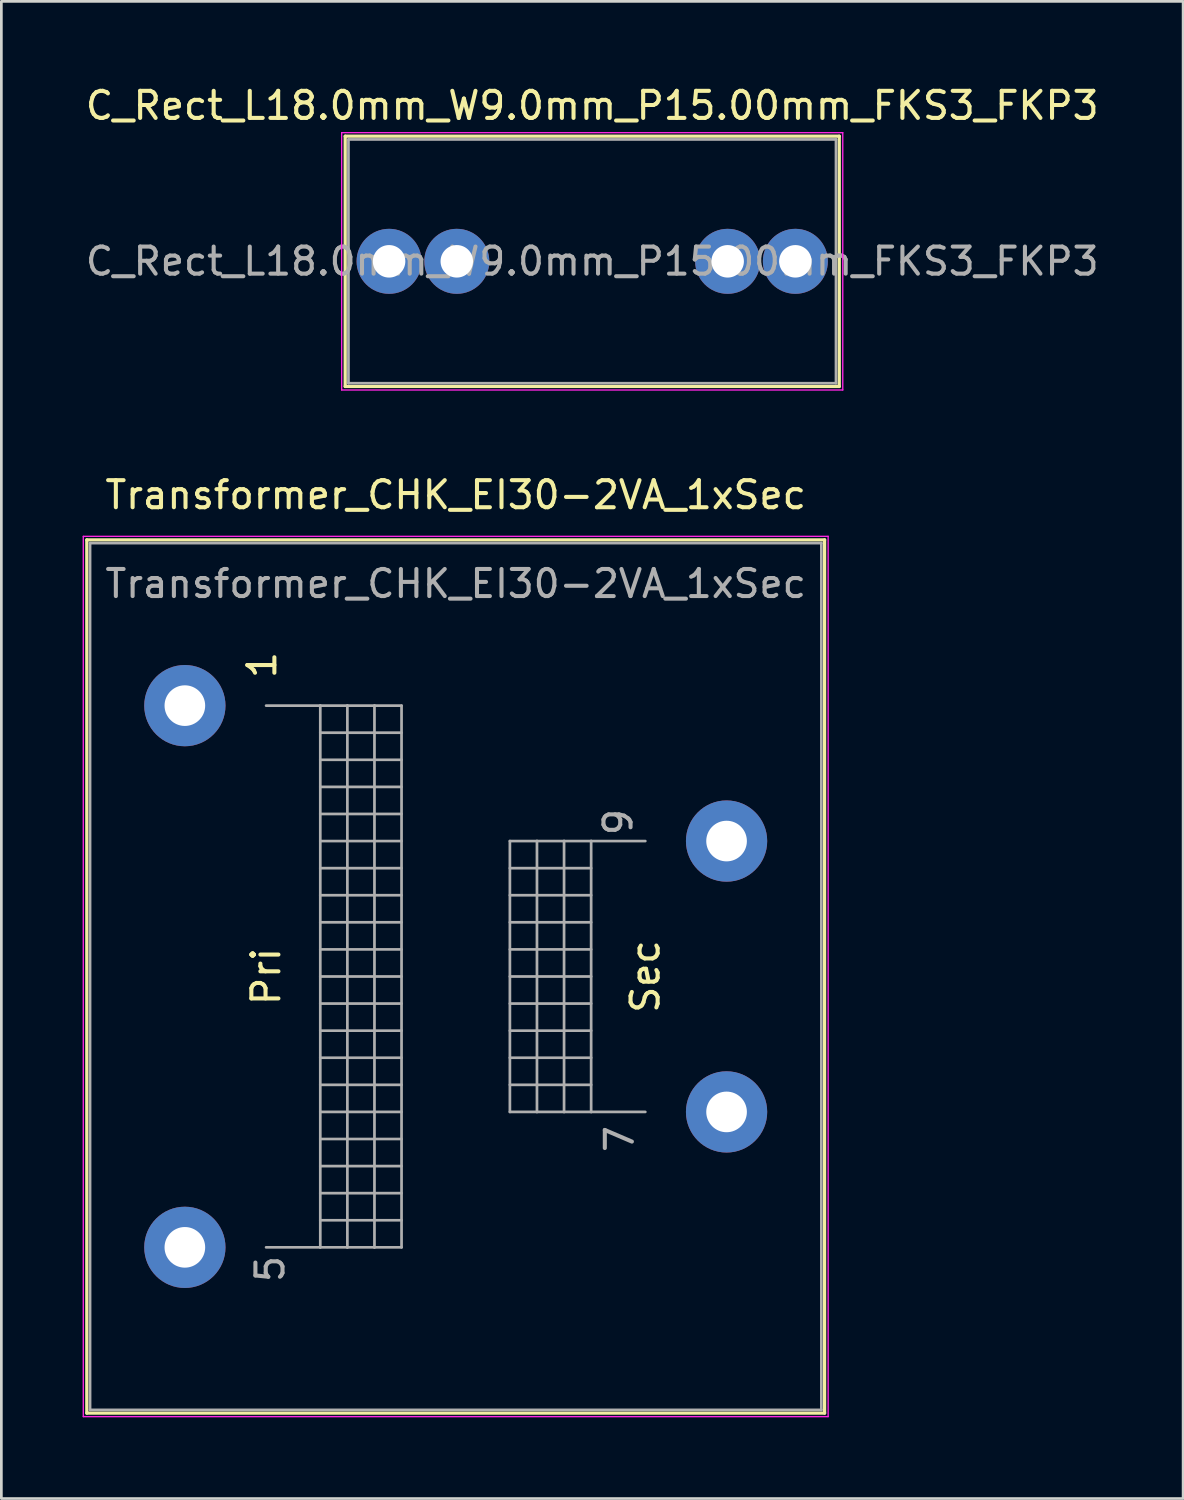
<source format=kicad_pcb>
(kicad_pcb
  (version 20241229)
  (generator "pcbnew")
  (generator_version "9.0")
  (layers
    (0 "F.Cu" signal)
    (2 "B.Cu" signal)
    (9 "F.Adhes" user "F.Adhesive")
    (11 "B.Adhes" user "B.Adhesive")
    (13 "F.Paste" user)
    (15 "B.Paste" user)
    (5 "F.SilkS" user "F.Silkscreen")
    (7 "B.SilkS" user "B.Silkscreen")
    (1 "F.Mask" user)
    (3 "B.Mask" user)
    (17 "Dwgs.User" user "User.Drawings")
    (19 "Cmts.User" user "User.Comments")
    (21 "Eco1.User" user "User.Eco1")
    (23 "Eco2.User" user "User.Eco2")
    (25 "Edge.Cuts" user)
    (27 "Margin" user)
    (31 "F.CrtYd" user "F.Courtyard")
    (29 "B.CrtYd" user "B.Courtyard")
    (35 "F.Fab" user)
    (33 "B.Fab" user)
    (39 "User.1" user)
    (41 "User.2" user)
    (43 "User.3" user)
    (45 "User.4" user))
  (footprint "Transformer_CHK_EI30-2VA_1xSec"
    (layer "F.Cu")
    (at 3.775 43.002)
    (property "Reference" "Transformer_CHK_EI30-2VA_1xSec" (at 10 -27.78 0) (layer "F.SilkS") (effects (font (size 1 1) (thickness 0.15))))
    (attr through_hole)
    (fp_line (start -3.62 -26.12) (end -3.62 6.12) (stroke (width 0.12) (type solid)) (layer "F.SilkS"))
    (fp_line (start -3.62 -26.12) (end 23.62 -26.12) (stroke (width 0.12) (type solid)) (layer "F.SilkS"))
    (fp_line (start 23.62 6.12) (end -3.62 6.12) (stroke (width 0.12) (type solid)) (layer "F.SilkS"))
    (fp_line (start 23.62 6.12) (end 23.62 -26.12) (stroke (width 0.12) (type solid)) (layer "F.SilkS"))
    (fp_line (start -3.75 -26.25) (end -3.75 6.25) (stroke (width 0.05) (type solid)) (layer "F.CrtYd"))
    (fp_line (start -3.75 -26.25) (end 23.75 -26.25) (stroke (width 0.05) (type solid)) (layer "F.CrtYd"))
    (fp_line (start 23.75 6.25) (end -3.75 6.25) (stroke (width 0.05) (type solid)) (layer "F.CrtYd"))
    (fp_line (start 23.75 6.25) (end 23.75 -26.25) (stroke (width 0.05) (type solid)) (layer "F.CrtYd"))
    (fp_line (start -3.5 -26) (end -3.5 6) (stroke (width 0.1) (type solid)) (layer "F.Fab"))
    (fp_line (start -3.5 6) (end 23.5 6) (stroke (width 0.1) (type solid)) (layer "F.Fab"))
    (fp_line (start 3 -20) (end 5 -20) (stroke (width 0.1) (type solid)) (layer "F.Fab"))
    (fp_line (start 5 -20) (end 5 0) (stroke (width 0.1) (type solid)) (layer "F.Fab"))
    (fp_line (start 5 -20) (end 6 -20) (stroke (width 0.1) (type solid)) (layer "F.Fab"))
    (fp_line (start 5 -19) (end 8 -19) (stroke (width 0.1) (type solid)) (layer "F.Fab"))
    (fp_line (start 5 -17) (end 8 -17) (stroke (width 0.1) (type solid)) (layer "F.Fab"))
    (fp_line (start 5 -15) (end 8 -15) (stroke (width 0.1) (type solid)) (layer "F.Fab"))
    (fp_line (start 5 -13) (end 8 -13) (stroke (width 0.1) (type solid)) (layer "F.Fab"))
    (fp_line (start 5 -11) (end 8 -11) (stroke (width 0.1) (type solid)) (layer "F.Fab"))
    (fp_line (start 5 -9) (end 8 -9) (stroke (width 0.1) (type solid)) (layer "F.Fab"))
    (fp_line (start 5 -7) (end 8 -7) (stroke (width 0.1) (type solid)) (layer "F.Fab"))
    (fp_line (start 5 -5) (end 8 -5) (stroke (width 0.1) (type solid)) (layer "F.Fab"))
    (fp_line (start 5 -3) (end 8 -3) (stroke (width 0.1) (type solid)) (layer "F.Fab"))
    (fp_line (start 5 -1) (end 8 -1) (stroke (width 0.1) (type solid)) (layer "F.Fab"))
    (fp_line (start 5 0) (end 3 0) (stroke (width 0.1) (type solid)) (layer "F.Fab"))
    (fp_line (start 6 -20) (end 6 0) (stroke (width 0.1) (type solid)) (layer "F.Fab"))
    (fp_line (start 6 -20) (end 7 -20) (stroke (width 0.1) (type solid)) (layer "F.Fab"))
    (fp_line (start 6 0) (end 5 0) (stroke (width 0.1) (type solid)) (layer "F.Fab"))
    (fp_line (start 7 -20) (end 7 0) (stroke (width 0.1) (type solid)) (layer "F.Fab"))
    (fp_line (start 7 -20) (end 8 -20) (stroke (width 0.1) (type solid)) (layer "F.Fab"))
    (fp_line (start 7 0) (end 6 0) (stroke (width 0.1) (type solid)) (layer "F.Fab"))
    (fp_line (start 8 -20) (end 8 0) (stroke (width 0.1) (type solid)) (layer "F.Fab"))
    (fp_line (start 8 -18) (end 5 -18) (stroke (width 0.1) (type solid)) (layer "F.Fab"))
    (fp_line (start 8 -16) (end 5 -16) (stroke (width 0.1) (type solid)) (layer "F.Fab"))
    (fp_line (start 8 -14) (end 5 -14) (stroke (width 0.1) (type solid)) (layer "F.Fab"))
    (fp_line (start 8 -12) (end 5 -12) (stroke (width 0.1) (type solid)) (layer "F.Fab"))
    (fp_line (start 8 -10) (end 5 -10) (stroke (width 0.1) (type solid)) (layer "F.Fab"))
    (fp_line (start 8 -8) (end 5 -8) (stroke (width 0.1) (type solid)) (layer "F.Fab"))
    (fp_line (start 8 -6) (end 5 -6) (stroke (width 0.1) (type solid)) (layer "F.Fab"))
    (fp_line (start 8 -4) (end 5 -4) (stroke (width 0.1) (type solid)) (layer "F.Fab"))
    (fp_line (start 8 -2) (end 5 -2) (stroke (width 0.1) (type solid)) (layer "F.Fab"))
    (fp_line (start 8 0) (end 7 0) (stroke (width 0.1) (type solid)) (layer "F.Fab"))
    (fp_line (start 12 -15) (end 12 -5) (stroke (width 0.1) (type solid)) (layer "F.Fab"))
    (fp_line (start 12 -14) (end 15 -14) (stroke (width 0.1) (type solid)) (layer "F.Fab"))
    (fp_line (start 12 -12) (end 15 -12) (stroke (width 0.1) (type solid)) (layer "F.Fab"))
    (fp_line (start 12 -10) (end 15 -10) (stroke (width 0.1) (type solid)) (layer "F.Fab"))
    (fp_line (start 12 -8) (end 15 -8) (stroke (width 0.1) (type solid)) (layer "F.Fab"))
    (fp_line (start 12 -6) (end 15 -6) (stroke (width 0.1) (type solid)) (layer "F.Fab"))
    (fp_line (start 12 -5) (end 13 -5) (stroke (width 0.1) (type solid)) (layer "F.Fab"))
    (fp_line (start 13 -15) (end 12 -15) (stroke (width 0.1) (type solid)) (layer "F.Fab"))
    (fp_line (start 13 -15) (end 13 -5) (stroke (width 0.1) (type solid)) (layer "F.Fab"))
    (fp_line (start 13 -5) (end 14 -5) (stroke (width 0.1) (type solid)) (layer "F.Fab"))
    (fp_line (start 14 -15) (end 13 -15) (stroke (width 0.1) (type solid)) (layer "F.Fab"))
    (fp_line (start 14 -15) (end 14 -5) (stroke (width 0.1) (type solid)) (layer "F.Fab"))
    (fp_line (start 14 -5) (end 15 -5) (stroke (width 0.1) (type solid)) (layer "F.Fab"))
    (fp_line (start 15 -15) (end 14 -15) (stroke (width 0.1) (type solid)) (layer "F.Fab"))
    (fp_line (start 15 -15) (end 15 -5) (stroke (width 0.1) (type solid)) (layer "F.Fab"))
    (fp_line (start 15 -13) (end 12 -13) (stroke (width 0.1) (type solid)) (layer "F.Fab"))
    (fp_line (start 15 -11) (end 12 -11) (stroke (width 0.1) (type solid)) (layer "F.Fab"))
    (fp_line (start 15 -9) (end 12 -9) (stroke (width 0.1) (type solid)) (layer "F.Fab"))
    (fp_line (start 15 -7) (end 12 -7) (stroke (width 0.1) (type solid)) (layer "F.Fab"))
    (fp_line (start 15 -5) (end 17 -5) (stroke (width 0.1) (type solid)) (layer "F.Fab"))
    (fp_line (start 17 -15) (end 15 -15) (stroke (width 0.1) (type solid)) (layer "F.Fab"))
    (fp_line (start 23.5 -26) (end -3.5 -26) (stroke (width 0.1) (type solid)) (layer "F.Fab"))
    (fp_line (start 23.5 6) (end 23.5 -26) (stroke (width 0.1) (type solid)) (layer "F.Fab"))
    (fp_text user "1" (at 2.85 -21.5 90) (layer "F.SilkS") (effects (font (size 1 1) (thickness 0.15))))
    (fp_text user "Sec" (at 17 -10 90) (layer "F.SilkS") (effects (font (size 1 1) (thickness 0.15))))
    (fp_text user "Pri" (at 3 -10 90) (layer "F.SilkS") (effects (font (size 1 1) (thickness 0.15))))
    (fp_text user "9" (at 16 -15.7 90) (layer "F.Fab") (effects (font (size 1 1) (thickness 0.15))))
    (fp_text user "${REFERENCE}" (at 10 -24.5 0) (layer "F.Fab") (effects (font (size 1 1) (thickness 0.15))))
    (fp_text user "5" (at 3.15 0.8 90) (layer "F.Fab") (effects (font (size 1 1) (thickness 0.15))))
    (fp_text user "7" (at 16.05 -4 90) (layer "F.Fab") (effects (font (size 1 1) (thickness 0.15))))
    (pad "1" thru_hole circle (at 0 -20) (size 3 3) (drill 1.5) (layers "*.Cu" "*.Mask"))
    (pad "5" thru_hole circle (at 0 0) (size 3 3) (drill 1.5) (layers "*.Cu" "*.Mask"))
    (pad "7" thru_hole circle (at 20 -5) (size 3 3) (drill 1.5) (layers "*.Cu" "*.Mask"))
    (pad "9" thru_hole circle (at 20 -15) (size 3 3) (drill 1.5) (layers "*.Cu" "*.Mask")))
  (footprint "C_Rect_L18.0mm_W9.0mm_P15.00mm_FKS3_FKP3"
    (layer "F.Cu")
    (at 11.315 6.598)
    (property "Reference" "C_Rect_L18.0mm_W9.0mm_P15.00mm_FKS3_FKP3" (at 7.5 -5.75 0) (layer "F.SilkS") (effects (font (size 1 1) (thickness 0.15))))
    (attr through_hole)
    (fp_line (start -1.62 -4.62) (end -1.62 4.62) (stroke (width 0.12) (type solid)) (layer "F.SilkS"))
    (fp_line (start -1.62 -4.62) (end 16.62 -4.62) (stroke (width 0.12) (type solid)) (layer "F.SilkS"))
    (fp_line (start -1.62 4.62) (end 16.62 4.62) (stroke (width 0.12) (type solid)) (layer "F.SilkS"))
    (fp_line (start 16.62 -4.62) (end 16.62 4.62) (stroke (width 0.12) (type solid)) (layer "F.SilkS"))
    (fp_line (start -1.75 -4.75) (end -1.75 4.75) (stroke (width 0.05) (type solid)) (layer "F.CrtYd"))
    (fp_line (start -1.75 4.75) (end 16.75 4.75) (stroke (width 0.05) (type solid)) (layer "F.CrtYd"))
    (fp_line (start 16.75 -4.75) (end -1.75 -4.75) (stroke (width 0.05) (type solid)) (layer "F.CrtYd"))
    (fp_line (start 16.75 4.75) (end 16.75 -4.75) (stroke (width 0.05) (type solid)) (layer "F.CrtYd"))
    (fp_line (start -1.5 -4.5) (end -1.5 4.5) (stroke (width 0.1) (type solid)) (layer "F.Fab"))
    (fp_line (start -1.5 4.5) (end 16.5 4.5) (stroke (width 0.1) (type solid)) (layer "F.Fab"))
    (fp_line (start 16.5 -4.5) (end -1.5 -4.5) (stroke (width 0.1) (type solid)) (layer "F.Fab"))
    (fp_line (start 16.5 4.5) (end 16.5 -4.5) (stroke (width 0.1) (type solid)) (layer "F.Fab"))
    (fp_text user "${REFERENCE}" (at 7.5 0 0) (layer "F.Fab") (effects (font (size 1 1) (thickness 0.15))))
    (pad "1" thru_hole circle (at 0 0) (size 2.4 2.4) (drill 1.2) (layers "*.Cu" "*.Mask"))
    (pad "1" thru_hole circle (at 2.5 0) (size 2.4 2.4) (drill 1.2) (layers "*.Cu" "*.Mask"))
    (pad "2" thru_hole circle (at 12.5 0) (size 2.4 2.4) (drill 1.2) (layers "*.Cu" "*.Mask"))
    (pad "2" thru_hole circle (at 15 0) (size 2.4 2.4) (drill 1.2) (layers "*.Cu" "*.Mask")))
  (gr_rect
    (start -3 -3)
    (end 40.631 52.276)
    (stroke (width 0.1) (type default))
    (fill no)
    (layer "Edge.Cuts")))
</source>
